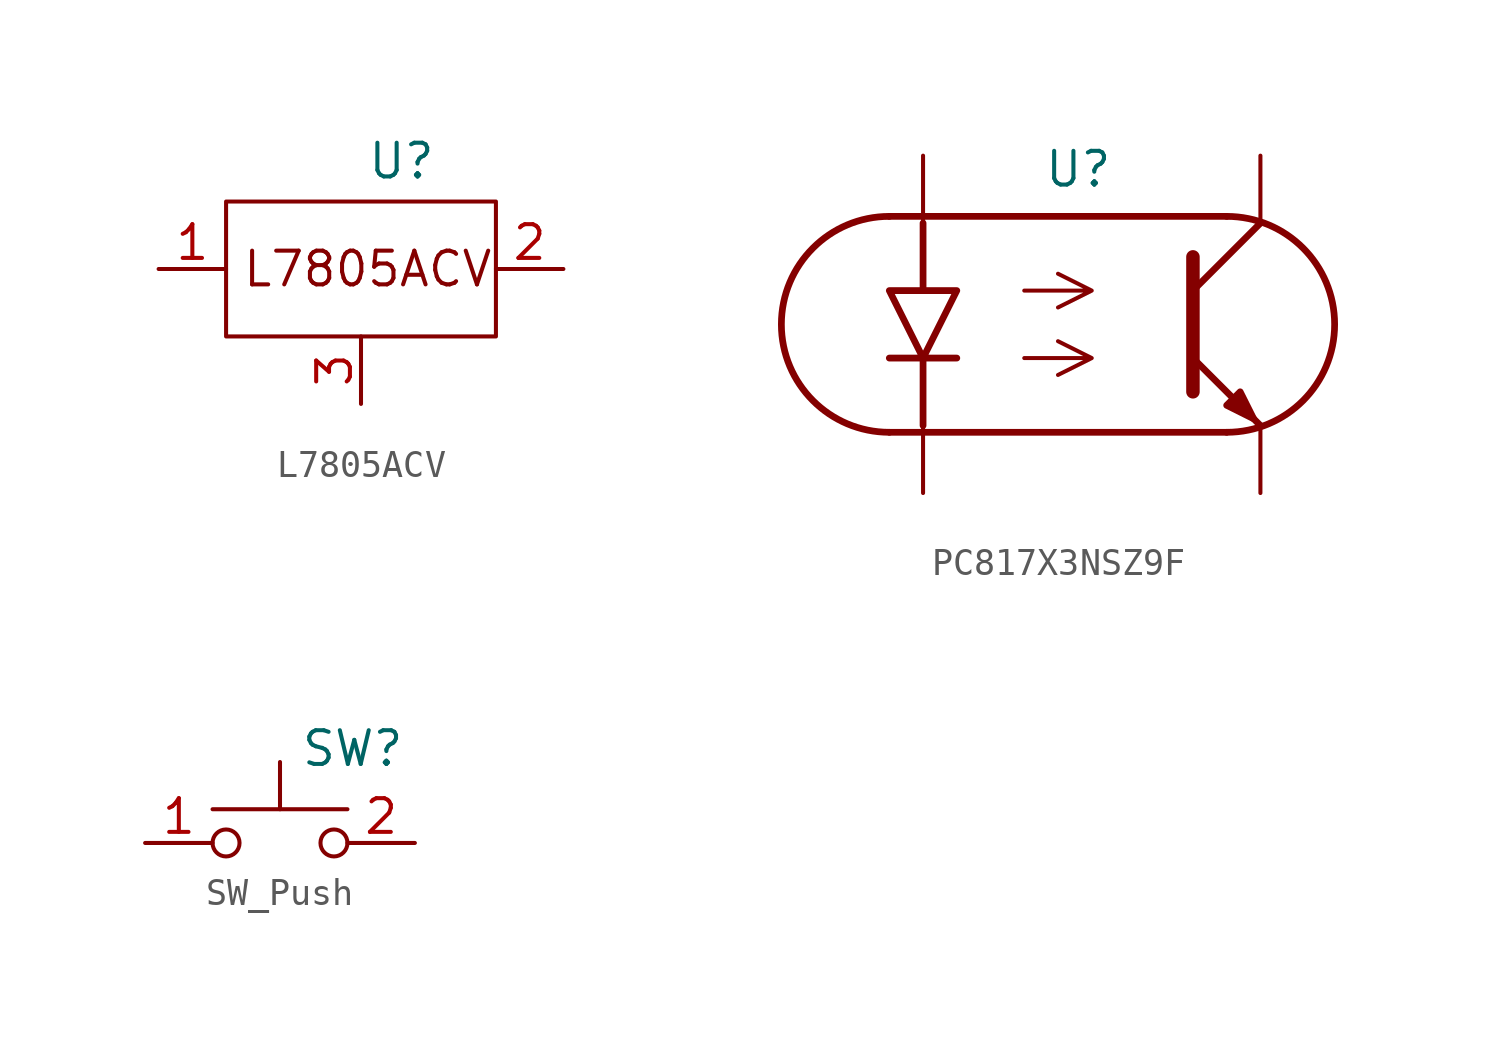
<source format=kicad_sym>
(kicad_symbol_lib
  (version 20241209)
  (generator "kicad_symbol_editor")
  (generator_version "9.0")
  (symbol "L7805ACV"
    (pin_names
      (hide yes))
    (property "Reference" "U"
      (at 1.524 4.064 0)
      (effects (font (size 1.27 1.27))))
    (property "Value" ""
      (at 0 0 0)
      (effects (font (size 1.27 1.27))))
    (symbol "L7805ACV_0_1"
      (rectangle (start -5.08 2.54) (end 5.08 -2.54) (stroke (width 0) (type default)) (fill (type none))))
    (symbol "L7805ACV_1_1"
      (text "L7805ACV" (at 0.254 0 0) (effects (font (size 1.27 1.27))))
      (pin input line (at -7.62 0 0) (length 2.54) (name "" (effects (font (size 1.27 1.27)))) (number "1" (effects (font (size 1.27 1.27)))))
      (pin input line (at 0 -5.08 90) (length 2.54) (name "GND" (effects (font (size 1.27 1.27)))) (number "3" (effects (font (size 1.27 1.27)))))
      (pin input line (at 7.62 0 180) (length 2.54) (name "" (effects (font (size 1.27 1.27)))) (number "2" (effects (font (size 1.27 1.27)))))))
  (symbol "PC817X3NSZ9F"
    (pin_numbers
      (hide yes))
    (pin_names
      (hide yes))
    (property "Reference" "U"
      (at -4.318 5.842 0)
      (effects (font (size 1.27 1.27))))
    (property "Value" ""
      (at 0 0 0)
      (effects (font (size 1.27 1.27))))
    (symbol "PC817X3NSZ9F_0_1"
      (polyline (pts (xy -11.43 -4.064) (xy 1.27 -4.064)) (stroke (width 0.254) (type default)) (fill (type none)))
      (polyline (pts (xy -10.16 3.81) (xy -10.16 1.27)) (stroke (width 0.254) (type default)) (fill (type none)))
      (polyline (pts (xy -10.16 1.27) (xy -8.89 1.27) (xy -11.43 1.27) (xy -10.16 -1.27) (xy -8.89 1.27) (xy -10.16 -1.27) (xy -11.43 -1.27) (xy -8.89 -1.27)) (stroke (width 0.254) (type default)) (fill (type none)))
      (polyline (pts (xy -10.16 -3.81) (xy -10.16 -1.27)) (stroke (width 0.254) (type default)) (fill (type none)))
      (polyline (pts (xy -6.35 1.27) (xy -3.81 1.27) (xy -5.08 1.905) (xy -3.81 1.27) (xy -5.08 0.635)) (stroke (width 0) (type default)) (fill (type none)))
      (polyline (pts (xy -6.35 -1.27) (xy -3.81 -1.27) (xy -5.08 -0.635) (xy -3.81 -1.27) (xy -5.08 -1.905)) (stroke (width 0) (type default)) (fill (type none)))
      (polyline (pts (xy 1.27 4.064) (xy -11.43 4.064)) (stroke (width 0.254) (type default)) (fill (type none))))
    (symbol "PC817X3NSZ9F_1_0"
      (arc (start -11.43 -4.064) (mid -15.494 0) (end -11.43 4.064) (stroke (width 0.254) (type solid)) (fill (type none)))
      (polyline (pts (xy 0 2.54) (xy 0 -2.54)) (stroke (width 0.508) (type solid)) (fill (type none)))
      (polyline (pts (xy 0 1.27) (xy 2.54 3.81)) (stroke (width 0.254) (type solid)) (fill (type none)))
      (polyline (pts (xy 0 -1.27) (xy 2.54 -3.81)) (stroke (width 0.254) (type solid)) (fill (type none)))
      (arc (start 1.27 4.064) (mid 5.334 0) (end 1.27 -4.064) (stroke (width 0.254) (type solid)) (fill (type none)))
      (polyline (pts (xy 1.27 -3.048) (xy 1.778 -2.54) (xy 2.286 -3.556) (xy 1.27 -3.048)) (stroke (width 0.254) (type solid)) (fill (type outline)))
      (pin passive line (at -10.16 6.35 270) (length 2.54) (name "Anode" (effects (font (size 1.583 1.583)))) (number "1" (effects (font (size 1.583 1.583)))))
      (pin input line (at -10.16 -6.35 90) (length 2.54) (name "Cathode" (effects (font (size 1.583 1.583)))) (number "2" (effects (font (size 1.583 1.583)))))
      (pin passive line (at 2.54 6.35 270) (length 2.54) (name "Collector" (effects (font (size 1.583 1.583)))) (number "4" (effects (font (size 1.583 1.583))))))
    (symbol "PC817X3NSZ9F_1_1"
      (pin passive line (at 2.54 -6.35 90) (length 2.54) (name "Emitter" (effects (font (size 1.27 1.27)))) (number "3" (effects (font (size 1.27 1.27)))))))
  (symbol "SW_Push"
    (pin_names
      (offset 0.002)
      (hide yes))
    (property "Reference" "SW"
      (at 0.762 3.556 0)
      (effects (font (size 1.27 1.27)) (justify left)))
    (symbol "SW_Push_0_1"
      (circle (center -2.032 0) (radius 0.508) (stroke (width 0) (type default)) (fill (type none)))
      (polyline (pts (xy 0 1.27) (xy 0 3.048)) (stroke (width 0) (type default)) (fill (type none)))
      (circle (center 2.032 0) (radius 0.508) (stroke (width 0) (type default)) (fill (type none)))
      (polyline (pts (xy 2.54 1.27) (xy -2.54 1.27)) (stroke (width 0) (type default)) (fill (type none)))
      (pin passive line (at -5.08 0 0) (length 2.54) (name "1" (effects (font (size 1.27 1.27)))) (number "1" (effects (font (size 1.27 1.27)))))
      (pin passive line (at 5.08 0 180) (length 2.54) (name "2" (effects (font (size 1.27 1.27)))) (number "2" (effects (font (size 1.27 1.27))))))))
</source>
